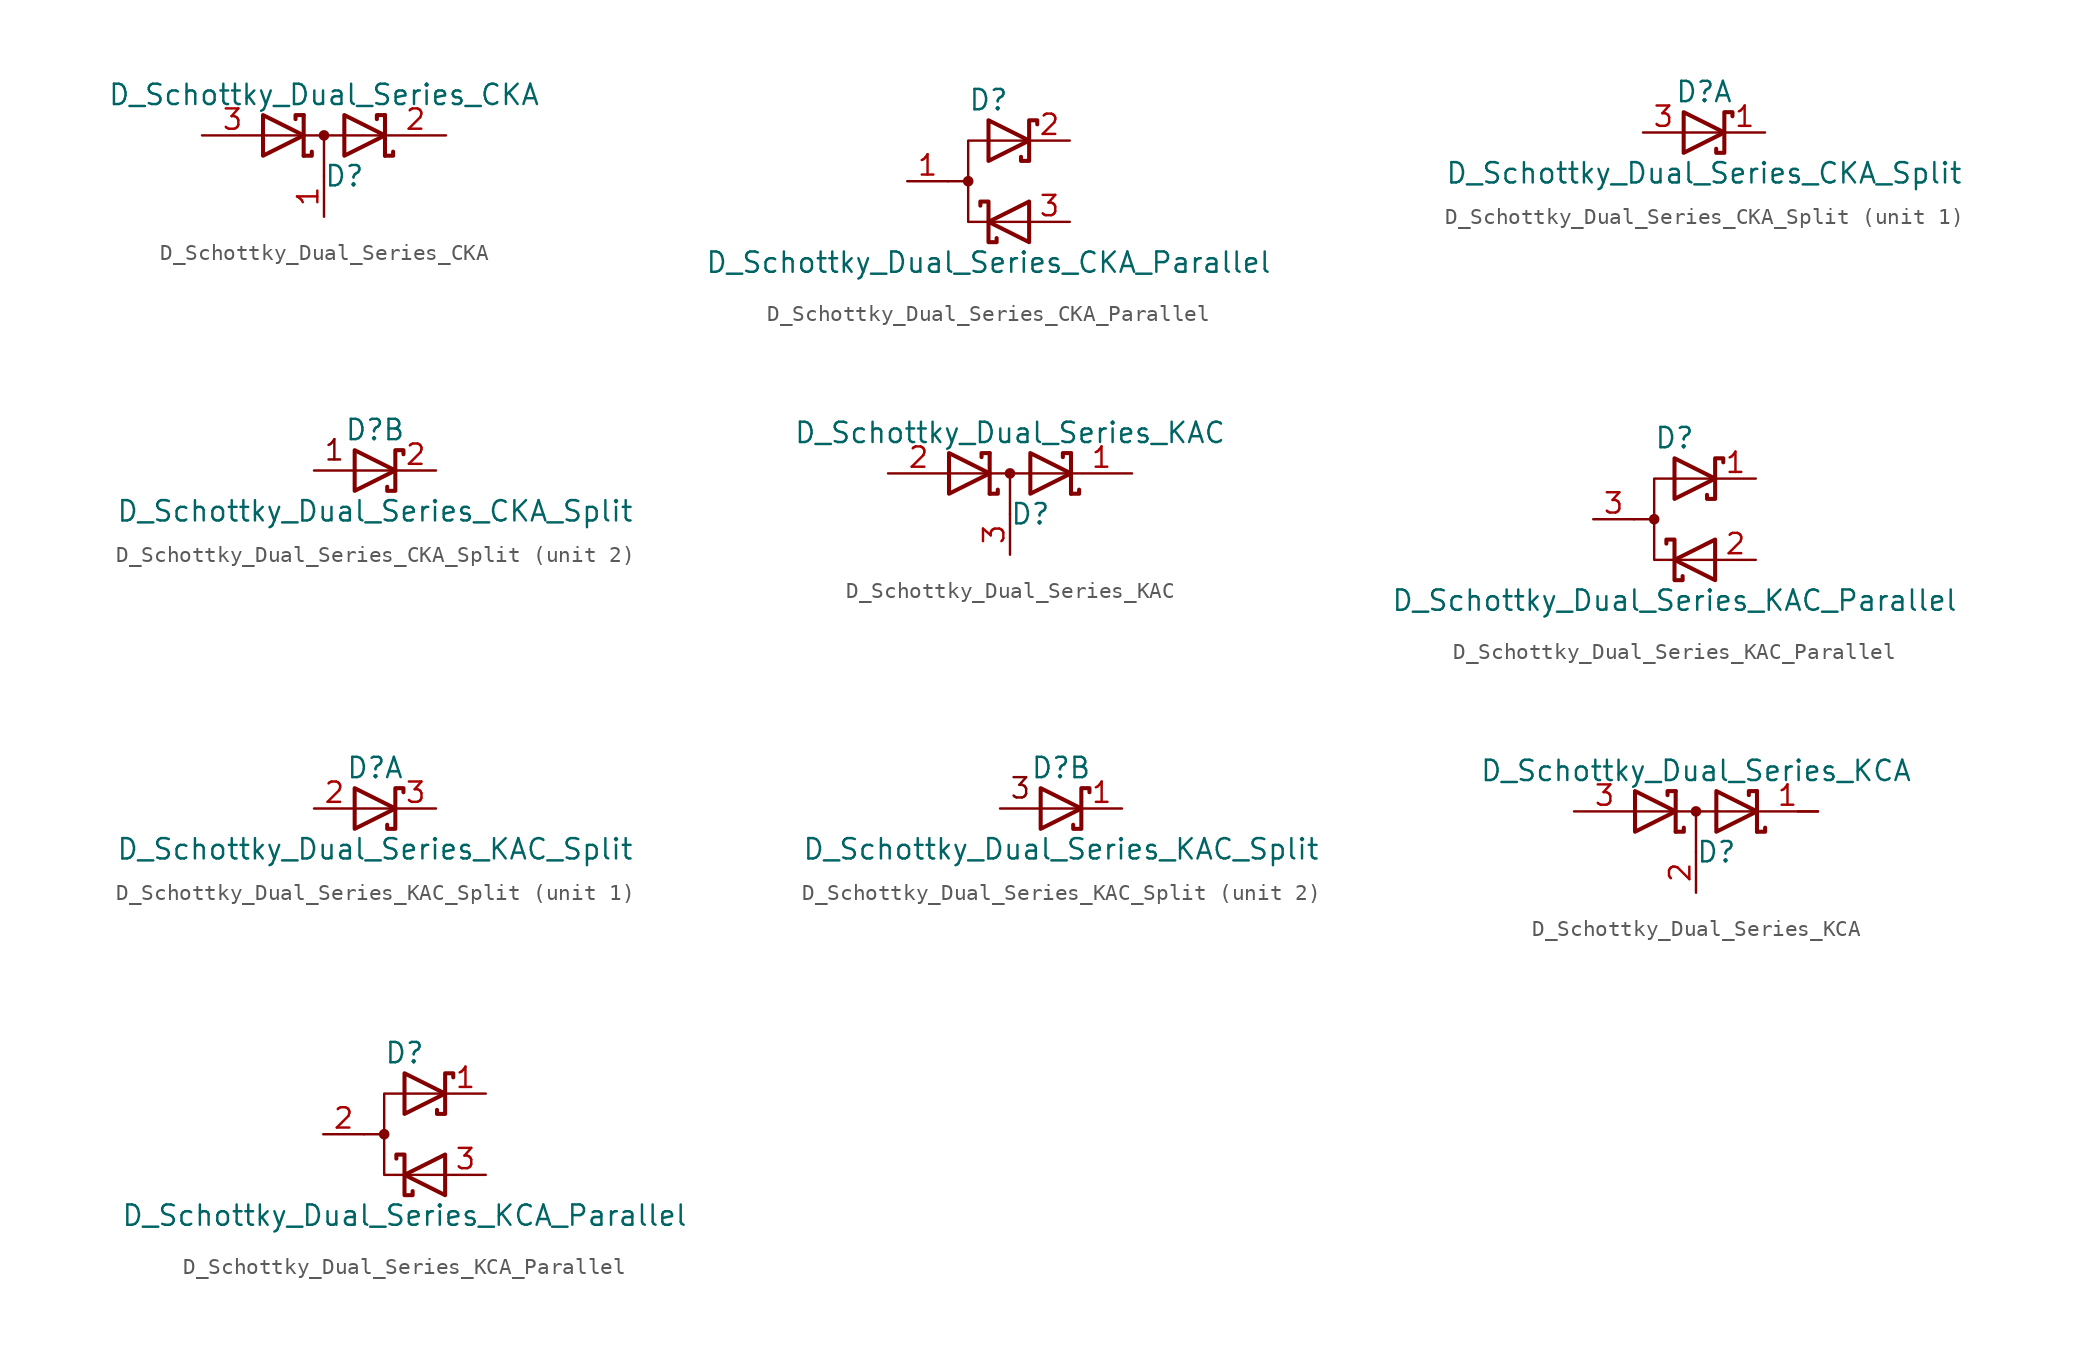
<source format=kicad_sym>
(kicad_symbol_lib
  (version 20241209)
  (generator "kicad_symbol_editor")
  (generator_version "9.0")
  (symbol "D_Schottky_Dual_Series_CKA"
    (pin_names
      (offset 0.762)
      (hide yes))
    (property "Reference" "D"
      (at 1.27 -2.54 0)
      (effects (font (size 1.27 1.27))))
    (property "Value" "D_Schottky_Dual_Series_CKA"
      (at 0 2.54 0)
      (effects (font (size 1.27 1.27))))
    (symbol "D_Schottky_Dual_Series_CKA_0_1"
      (polyline (pts (xy -3.81 1.27) (xy -1.27 0) (xy -3.81 -1.27) (xy -3.81 1.27) (xy -3.81 1.27) (xy -3.81 1.27)) (stroke (width 0.254) (type solid)) (fill (type none)))
      (polyline (pts (xy -3.81 0) (xy 3.81 0)) (stroke (width 0) (type solid)) (fill (type none)))
      (polyline (pts (xy -1.778 1.016) (xy -1.778 1.27) (xy -1.27 1.27) (xy -1.27 1.27) (xy -1.27 1.27)) (stroke (width 0.254) (type solid)) (fill (type none)))
      (polyline (pts (xy -1.27 -1.27) (xy -1.27 1.27) (xy -1.27 1.27)) (stroke (width 0.254) (type solid)) (fill (type none)))
      (polyline (pts (xy -1.27 -1.27) (xy -0.762 -1.27) (xy -0.762 -1.016) (xy -0.762 -1.016)) (stroke (width 0.254) (type solid)) (fill (type none)))
      (polyline (pts (xy 0 0) (xy 0 -2.54)) (stroke (width 0) (type solid)) (fill (type none)))
      (circle (center 0 0) (radius 0.254) (stroke (width 0) (type solid)) (fill (type outline)))
      (polyline (pts (xy 1.27 1.27) (xy 3.81 0) (xy 1.27 -1.27) (xy 1.27 1.27) (xy 1.27 1.27) (xy 1.27 1.27)) (stroke (width 0.254) (type solid)) (fill (type none)))
      (polyline (pts (xy 3.81 1.27) (xy 3.81 -1.27) (xy 3.81 -1.27)) (stroke (width 0.254) (type solid)) (fill (type none)))
      (polyline (pts (xy 3.81 1.27) (xy 3.302 1.27) (xy 3.302 1.016) (xy 3.302 1.016)) (stroke (width 0.254) (type solid)) (fill (type none)))
      (polyline (pts (xy 3.81 -1.27) (xy 4.318 -1.27) (xy 4.318 -1.016) (xy 4.318 -1.016)) (stroke (width 0.254) (type solid)) (fill (type none)))
      (pin passive line (at -7.62 0 0) (length 3.81) (name "A" (effects (font (size 1.27 1.27)))) (number "3" (effects (font (size 1.27 1.27)))))
      (pin passive line (at 0 -5.08 90) (length 2.54) (name "common" (effects (font (size 1.27 1.27)))) (number "1" (effects (font (size 1.27 1.27)))))
      (pin passive line (at 7.62 0 180) (length 3.81) (name "K" (effects (font (size 1.27 1.27)))) (number "2" (effects (font (size 1.27 1.27)))))))
  (symbol "D_Schottky_Dual_Series_CKA_Parallel"
    (pin_names
      (offset 0.762)
      (hide yes))
    (property "Reference" "D"
      (at 0 5.08 0)
      (effects (font (size 1.27 1.27))))
    (property "Value" "D_Schottky_Dual_Series_CKA_Parallel"
      (at 0 -5.08 0)
      (effects (font (size 1.27 1.27))))
    (symbol "D_Schottky_Dual_Series_CKA_Parallel_0_1"
      (circle (center -1.27 0) (radius 0.254) (stroke (width 0) (type solid)) (fill (type outline)))
      (polyline (pts (xy -1.27 0) (xy -2.54 0)) (stroke (width 0) (type solid)) (fill (type none)))
      (polyline (pts (xy -0.508 -1.524) (xy -0.508 -1.27) (xy 0 -1.27) (xy 0 -3.81) (xy 0.508 -3.81) (xy 0.508 -3.556)) (stroke (width 0.254) (type solid)) (fill (type none)))
      (polyline (pts (xy 0 3.81) (xy 2.54 2.54) (xy 0 1.27) (xy 0 3.81) (xy 0 3.81) (xy 0 3.81)) (stroke (width 0.254) (type solid)) (fill (type none)))
      (polyline (pts (xy 2.54 2.54) (xy -1.27 2.54) (xy -1.27 -2.54) (xy 2.54 -2.54)) (stroke (width 0) (type solid)) (fill (type none)))
      (polyline (pts (xy 2.54 -1.27) (xy 0 -2.54) (xy 2.54 -3.81) (xy 2.54 -1.27) (xy 2.54 -1.27) (xy 2.54 -1.27)) (stroke (width 0.254) (type solid)) (fill (type none)))
      (polyline (pts (xy 3.048 3.556) (xy 3.048 3.81) (xy 2.54 3.81) (xy 2.54 1.27) (xy 2.032 1.27) (xy 2.032 1.524)) (stroke (width 0.254) (type solid)) (fill (type none)))
      (pin passive line (at -5.08 0 0) (length 2.54) (name "A" (effects (font (size 1.27 1.27)))) (number "1" (effects (font (size 1.27 1.27)))))
      (pin passive line (at 5.08 2.54 180) (length 2.54) (name "K" (effects (font (size 1.27 1.27)))) (number "2" (effects (font (size 1.27 1.27)))))
      (pin passive line (at 5.08 -2.54 180) (length 2.54) (name "K" (effects (font (size 1.27 1.27)))) (number "3" (effects (font (size 1.27 1.27)))))))
  (symbol "D_Schottky_Dual_Series_CKA_Split"
    (pin_names
      (offset 0.762)
      (hide yes))
    (property "Reference" "D"
      (at 0 2.54 0)
      (effects (font (size 1.27 1.27))))
    (property "Value" "D_Schottky_Dual_Series_CKA_Split"
      (at 0 -2.54 0)
      (effects (font (size 1.27 1.27))))
    (property "ki_locked" ""
      (at 0 0 0)
      (effects (font (size 1.27 1.27))))
    (symbol "D_Schottky_Dual_Series_CKA_Split_0_1"
      (polyline (pts (xy -1.27 1.27) (xy 1.27 0) (xy -1.27 -1.27) (xy -1.27 1.27) (xy -1.27 1.27) (xy -1.27 1.27)) (stroke (width 0.254) (type solid)) (fill (type none)))
      (polyline (pts (xy 1.778 1.016) (xy 1.778 1.27) (xy 1.27 1.27) (xy 1.27 -1.27) (xy 0.762 -1.27) (xy 0.762 -1.016)) (stroke (width 0.254) (type solid)) (fill (type none))))
    (symbol "D_Schottky_Dual_Series_CKA_Split_1_1"
      (polyline (pts (xy 1.27 0) (xy -1.27 0)) (stroke (width 0) (type solid)) (fill (type none)))
      (pin passive line (at -3.81 0 0) (length 2.54) (name "A" (effects (font (size 1.27 1.27)))) (number "3" (effects (font (size 1.27 1.27)))))
      (pin passive line (at 3.81 0 180) (length 2.54) (name "K" (effects (font (size 1.27 1.27)))) (number "1" (effects (font (size 1.27 1.27))))))
    (symbol "D_Schottky_Dual_Series_CKA_Split_2_0"
      (polyline (pts (xy 1.27 0) (xy -3.81 0)) (stroke (width 0) (type solid)) (fill (type none)))
      (text "1" (at -2.54 1.27 0) (effects (font (size 1.27 1.27)))))
    (symbol "D_Schottky_Dual_Series_CKA_Split_2_1"
      (pin passive line (at 3.81 0 180) (length 2.54) (name "K" (effects (font (size 1.27 1.27)))) (number "2" (effects (font (size 1.27 1.27)))))))
  (symbol "D_Schottky_Dual_Series_KAC"
    (pin_names
      (offset 0.762)
      (hide yes))
    (property "Reference" "D"
      (at 1.27 -2.54 0)
      (effects (font (size 1.27 1.27))))
    (property "Value" "D_Schottky_Dual_Series_KAC"
      (at 0 2.54 0)
      (effects (font (size 1.27 1.27))))
    (symbol "D_Schottky_Dual_Series_KAC_0_1"
      (polyline (pts (xy -3.81 1.27) (xy -1.27 0) (xy -3.81 -1.27) (xy -3.81 1.27) (xy -3.81 1.27) (xy -3.81 1.27)) (stroke (width 0.254) (type solid)) (fill (type none)))
      (polyline (pts (xy -3.81 0) (xy 3.81 0)) (stroke (width 0) (type solid)) (fill (type none)))
      (polyline (pts (xy -1.778 1.016) (xy -1.778 1.27) (xy -1.27 1.27) (xy -1.27 1.27) (xy -1.27 1.27)) (stroke (width 0.254) (type solid)) (fill (type none)))
      (polyline (pts (xy -1.27 -1.27) (xy -1.27 1.27) (xy -1.27 1.27)) (stroke (width 0.254) (type solid)) (fill (type none)))
      (polyline (pts (xy -1.27 -1.27) (xy -0.762 -1.27) (xy -0.762 -1.016) (xy -0.762 -1.016)) (stroke (width 0.254) (type solid)) (fill (type none)))
      (polyline (pts (xy 0 0) (xy 0 -2.54)) (stroke (width 0) (type solid)) (fill (type none)))
      (circle (center 0 0) (radius 0.254) (stroke (width 0) (type solid)) (fill (type outline)))
      (polyline (pts (xy 1.27 1.27) (xy 3.81 0) (xy 1.27 -1.27) (xy 1.27 1.27) (xy 1.27 1.27) (xy 1.27 1.27)) (stroke (width 0.254) (type solid)) (fill (type none)))
      (polyline (pts (xy 3.81 1.27) (xy 3.81 -1.27) (xy 3.81 -1.27)) (stroke (width 0.254) (type solid)) (fill (type none)))
      (polyline (pts (xy 3.81 1.27) (xy 3.302 1.27) (xy 3.302 1.016) (xy 3.302 1.016)) (stroke (width 0.254) (type solid)) (fill (type none)))
      (polyline (pts (xy 3.81 -1.27) (xy 4.318 -1.27) (xy 4.318 -1.016) (xy 4.318 -1.016)) (stroke (width 0.254) (type solid)) (fill (type none)))
      (pin passive line (at -7.62 0 0) (length 3.81) (name "A" (effects (font (size 1.27 1.27)))) (number "2" (effects (font (size 1.27 1.27)))))
      (pin passive line (at 0 -5.08 90) (length 2.54) (name "common" (effects (font (size 1.27 1.27)))) (number "3" (effects (font (size 1.27 1.27)))))
      (pin passive line (at 7.62 0 180) (length 3.81) (name "K" (effects (font (size 1.27 1.27)))) (number "1" (effects (font (size 1.27 1.27)))))))
  (symbol "D_Schottky_Dual_Series_KAC_Parallel"
    (pin_names
      (offset 0.762)
      (hide yes))
    (property "Reference" "D"
      (at 0 5.08 0)
      (effects (font (size 1.27 1.27))))
    (property "Value" "D_Schottky_Dual_Series_KAC_Parallel"
      (at 0 -5.08 0)
      (effects (font (size 1.27 1.27))))
    (symbol "D_Schottky_Dual_Series_KAC_Parallel_0_1"
      (circle (center -1.27 0) (radius 0.254) (stroke (width 0) (type solid)) (fill (type outline)))
      (polyline (pts (xy -1.27 0) (xy -2.54 0)) (stroke (width 0) (type solid)) (fill (type none)))
      (polyline (pts (xy -0.508 -1.524) (xy -0.508 -1.27) (xy 0 -1.27) (xy 0 -3.81) (xy 0.508 -3.81) (xy 0.508 -3.556)) (stroke (width 0.254) (type solid)) (fill (type none)))
      (polyline (pts (xy 0 3.81) (xy 2.54 2.54) (xy 0 1.27) (xy 0 3.81) (xy 0 3.81) (xy 0 3.81)) (stroke (width 0.254) (type solid)) (fill (type none)))
      (polyline (pts (xy 2.54 2.54) (xy -1.27 2.54) (xy -1.27 -2.54) (xy 2.54 -2.54)) (stroke (width 0) (type solid)) (fill (type none)))
      (polyline (pts (xy 2.54 -1.27) (xy 0 -2.54) (xy 2.54 -3.81) (xy 2.54 -1.27) (xy 2.54 -1.27) (xy 2.54 -1.27)) (stroke (width 0.254) (type solid)) (fill (type none)))
      (polyline (pts (xy 3.048 3.556) (xy 3.048 3.81) (xy 2.54 3.81) (xy 2.54 1.27) (xy 2.032 1.27) (xy 2.032 1.524)) (stroke (width 0.254) (type solid)) (fill (type none)))
      (pin passive line (at -5.08 0 0) (length 2.54) (name "A" (effects (font (size 1.27 1.27)))) (number "3" (effects (font (size 1.27 1.27)))))
      (pin passive line (at 5.08 2.54 180) (length 2.54) (name "K" (effects (font (size 1.27 1.27)))) (number "1" (effects (font (size 1.27 1.27)))))
      (pin passive line (at 5.08 -2.54 180) (length 2.54) (name "K" (effects (font (size 1.27 1.27)))) (number "2" (effects (font (size 1.27 1.27)))))))
  (symbol "D_Schottky_Dual_Series_KAC_Split"
    (pin_names
      (offset 0.762)
      (hide yes))
    (property "Reference" "D"
      (at 0 2.54 0)
      (effects (font (size 1.27 1.27))))
    (property "Value" "D_Schottky_Dual_Series_KAC_Split"
      (at 0 -2.54 0)
      (effects (font (size 1.27 1.27))))
    (property "ki_locked" ""
      (at 0 0 0)
      (effects (font (size 1.27 1.27))))
    (symbol "D_Schottky_Dual_Series_KAC_Split_0_1"
      (polyline (pts (xy -1.27 1.27) (xy 1.27 0) (xy -1.27 -1.27) (xy -1.27 1.27) (xy -1.27 1.27) (xy -1.27 1.27)) (stroke (width 0.254) (type solid)) (fill (type none)))
      (polyline (pts (xy 1.778 1.016) (xy 1.778 1.27) (xy 1.27 1.27) (xy 1.27 -1.27) (xy 0.762 -1.27) (xy 0.762 -1.016)) (stroke (width 0.254) (type solid)) (fill (type none))))
    (symbol "D_Schottky_Dual_Series_KAC_Split_1_1"
      (polyline (pts (xy 1.27 0) (xy -1.27 0)) (stroke (width 0) (type solid)) (fill (type none)))
      (pin passive line (at -3.81 0 0) (length 2.54) (name "A" (effects (font (size 1.27 1.27)))) (number "2" (effects (font (size 1.27 1.27)))))
      (pin passive line (at 3.81 0 180) (length 2.54) (name "K" (effects (font (size 1.27 1.27)))) (number "3" (effects (font (size 1.27 1.27))))))
    (symbol "D_Schottky_Dual_Series_KAC_Split_2_0"
      (polyline (pts (xy 1.27 0) (xy -3.81 0)) (stroke (width 0) (type solid)) (fill (type none)))
      (text "3" (at -2.54 1.27 0) (effects (font (size 1.27 1.27)))))
    (symbol "D_Schottky_Dual_Series_KAC_Split_2_1"
      (pin passive line (at 3.81 0 180) (length 2.54) (name "K" (effects (font (size 1.27 1.27)))) (number "1" (effects (font (size 1.27 1.27)))))))
  (symbol "D_Schottky_Dual_Series_KCA"
    (pin_names
      (offset 0.762)
      (hide yes))
    (property "Reference" "D"
      (at 1.27 -2.54 0)
      (effects (font (size 1.27 1.27))))
    (property "Value" "D_Schottky_Dual_Series_KCA"
      (at 0 2.54 0)
      (effects (font (size 1.27 1.27))))
    (symbol "D_Schottky_Dual_Series_KCA_0_1"
      (polyline (pts (xy -3.81 1.27) (xy -1.27 0) (xy -3.81 -1.27) (xy -3.81 1.27) (xy -3.81 1.27) (xy -3.81 1.27)) (stroke (width 0.254) (type solid)) (fill (type none)))
      (polyline (pts (xy -3.81 0) (xy 3.81 0)) (stroke (width 0) (type solid)) (fill (type none)))
      (polyline (pts (xy -1.778 1.016) (xy -1.778 1.27) (xy -1.27 1.27) (xy -1.27 1.27) (xy -1.27 1.27)) (stroke (width 0.254) (type solid)) (fill (type none)))
      (polyline (pts (xy -1.27 -1.27) (xy -1.27 1.27) (xy -1.27 1.27)) (stroke (width 0.254) (type solid)) (fill (type none)))
      (polyline (pts (xy -1.27 -1.27) (xy -0.762 -1.27) (xy -0.762 -1.016) (xy -0.762 -1.016)) (stroke (width 0.254) (type solid)) (fill (type none)))
      (polyline (pts (xy 0 0) (xy 0 -2.54)) (stroke (width 0) (type solid)) (fill (type none)))
      (circle (center 0 0) (radius 0.254) (stroke (width 0) (type solid)) (fill (type outline)))
      (polyline (pts (xy 1.27 1.27) (xy 3.81 0) (xy 1.27 -1.27) (xy 1.27 1.27) (xy 1.27 1.27) (xy 1.27 1.27)) (stroke (width 0.254) (type solid)) (fill (type none)))
      (polyline (pts (xy 3.81 1.27) (xy 3.81 -1.27) (xy 3.81 -1.27)) (stroke (width 0.254) (type solid)) (fill (type none)))
      (polyline (pts (xy 3.81 1.27) (xy 3.302 1.27) (xy 3.302 1.016) (xy 3.302 1.016)) (stroke (width 0.254) (type solid)) (fill (type none)))
      (polyline (pts (xy 3.81 -1.27) (xy 4.318 -1.27) (xy 4.318 -1.016) (xy 4.318 -1.016)) (stroke (width 0.254) (type solid)) (fill (type none)))
      (polyline (pts (xy 6.35 0) (xy 7.62 0)) (stroke (width 0) (type solid)) (fill (type none)))
      (pin passive line (at -7.62 0 0) (length 3.81) (name "A" (effects (font (size 1.27 1.27)))) (number "3" (effects (font (size 1.27 1.27)))))
      (pin passive line (at 0 -5.08 90) (length 2.54) (name "common" (effects (font (size 1.27 1.27)))) (number "2" (effects (font (size 1.27 1.27)))))
      (pin passive line (at 7.62 0 180) (length 3.81) (name "K" (effects (font (size 1.27 1.27)))) (number "1" (effects (font (size 1.27 1.27)))))))
  (symbol "D_Schottky_Dual_Series_KCA_Parallel"
    (pin_names
      (offset 0.762)
      (hide yes))
    (property "Reference" "D"
      (at 0 5.08 0)
      (effects (font (size 1.27 1.27))))
    (property "Value" "D_Schottky_Dual_Series_KCA_Parallel"
      (at 0 -5.08 0)
      (effects (font (size 1.27 1.27))))
    (symbol "D_Schottky_Dual_Series_KCA_Parallel_0_1"
      (circle (center -1.27 0) (radius 0.254) (stroke (width 0) (type solid)) (fill (type outline)))
      (polyline (pts (xy -1.27 0) (xy -2.54 0)) (stroke (width 0) (type solid)) (fill (type none)))
      (polyline (pts (xy -0.508 -1.524) (xy -0.508 -1.27) (xy 0 -1.27) (xy 0 -3.81) (xy 0.508 -3.81) (xy 0.508 -3.556)) (stroke (width 0.254) (type solid)) (fill (type none)))
      (polyline (pts (xy 0 3.81) (xy 2.54 2.54) (xy 0 1.27) (xy 0 3.81) (xy 0 3.81) (xy 0 3.81)) (stroke (width 0.254) (type solid)) (fill (type none)))
      (polyline (pts (xy 2.54 2.54) (xy -1.27 2.54) (xy -1.27 -2.54) (xy 2.54 -2.54)) (stroke (width 0) (type solid)) (fill (type none)))
      (polyline (pts (xy 2.54 -1.27) (xy 0 -2.54) (xy 2.54 -3.81) (xy 2.54 -1.27) (xy 2.54 -1.27) (xy 2.54 -1.27)) (stroke (width 0.254) (type solid)) (fill (type none)))
      (polyline (pts (xy 3.048 3.556) (xy 3.048 3.81) (xy 2.54 3.81) (xy 2.54 1.27) (xy 2.032 1.27) (xy 2.032 1.524)) (stroke (width 0.254) (type solid)) (fill (type none)))
      (pin passive line (at -5.08 0 0) (length 2.54) (name "A" (effects (font (size 1.27 1.27)))) (number "2" (effects (font (size 1.27 1.27)))))
      (pin passive line (at 5.08 2.54 180) (length 2.54) (name "K" (effects (font (size 1.27 1.27)))) (number "1" (effects (font (size 1.27 1.27)))))
      (pin passive line (at 5.08 -2.54 180) (length 2.54) (name "K" (effects (font (size 1.27 1.27)))) (number "3" (effects (font (size 1.27 1.27))))))))
</source>
